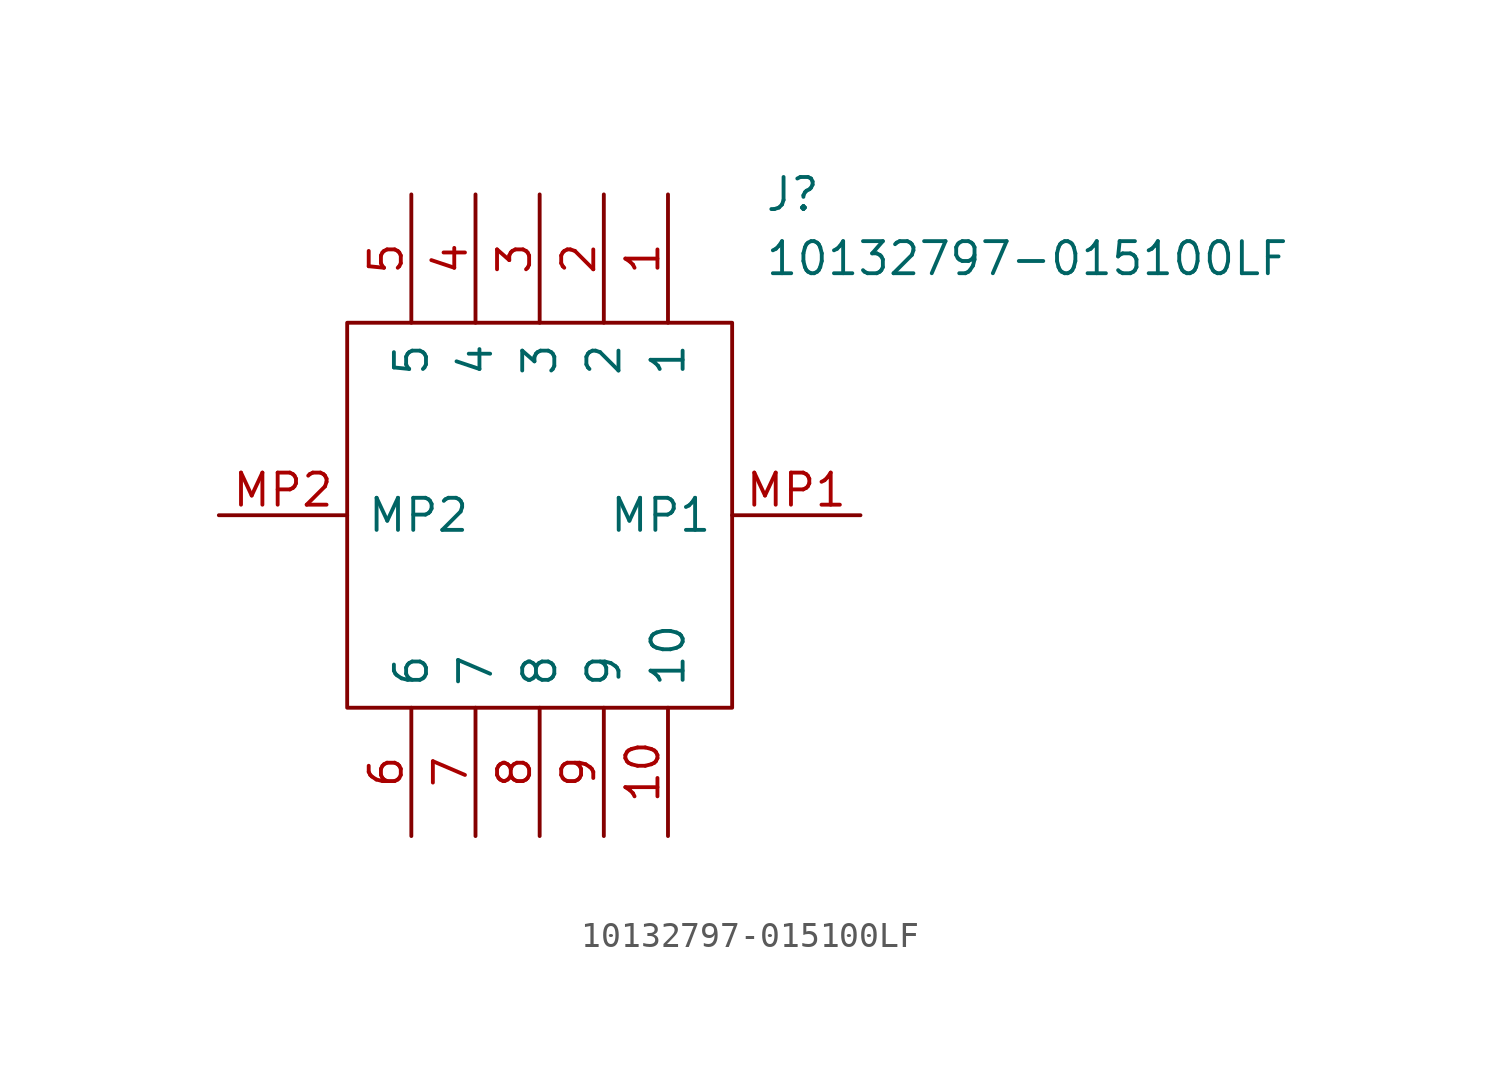
<source format=kicad_sym>
(kicad_symbol_lib
  (version 20211014)
  (generator kicad_symbol_editor)
  (symbol "10132797-015100LF"
    (pin_names
      (offset 0.762))
    (property "Reference" "J"
      (at 21.59 12.7 0)
      (effects (font (size 1.27 1.27)) (justify left)))
    (property "Value" "10132797-015100LF"
      (at 21.59 10.16 0)
      (effects (font (size 1.27 1.27)) (justify left)))
    (symbol "10132797-015100LF_0_0"
      (pin passive line (at 17.78 12.7 270) (length 5.08) (name "1" (effects (font (size 1.27 1.27)))) (number "1" (effects (font (size 1.27 1.27)))))
      (pin passive line (at 17.78 -12.7 90) (length 5.08) (name "10" (effects (font (size 1.27 1.27)))) (number "10" (effects (font (size 1.27 1.27)))))
      (pin passive line (at 15.24 12.7 270) (length 5.08) (name "2" (effects (font (size 1.27 1.27)))) (number "2" (effects (font (size 1.27 1.27)))))
      (pin passive line (at 12.7 12.7 270) (length 5.08) (name "3" (effects (font (size 1.27 1.27)))) (number "3" (effects (font (size 1.27 1.27)))))
      (pin passive line (at 10.16 12.7 270) (length 5.08) (name "4" (effects (font (size 1.27 1.27)))) (number "4" (effects (font (size 1.27 1.27)))))
      (pin passive line (at 7.62 12.7 270) (length 5.08) (name "5" (effects (font (size 1.27 1.27)))) (number "5" (effects (font (size 1.27 1.27)))))
      (pin passive line (at 7.62 -12.7 90) (length 5.08) (name "6" (effects (font (size 1.27 1.27)))) (number "6" (effects (font (size 1.27 1.27)))))
      (pin passive line (at 10.16 -12.7 90) (length 5.08) (name "7" (effects (font (size 1.27 1.27)))) (number "7" (effects (font (size 1.27 1.27)))))
      (pin passive line (at 12.7 -12.7 90) (length 5.08) (name "8" (effects (font (size 1.27 1.27)))) (number "8" (effects (font (size 1.27 1.27)))))
      (pin passive line (at 15.24 -12.7 90) (length 5.08) (name "9" (effects (font (size 1.27 1.27)))) (number "9" (effects (font (size 1.27 1.27)))))
      (pin passive line (at 25.4 0 180) (length 5.08) (name "MP1" (effects (font (size 1.27 1.27)))) (number "MP1" (effects (font (size 1.27 1.27)))))
      (pin passive line (at 0 0 0) (length 5.08) (name "MP2" (effects (font (size 1.27 1.27)))) (number "MP2" (effects (font (size 1.27 1.27))))))
    (symbol "10132797-015100LF_0_1"
      (polyline (pts (xy 5.08 7.62) (xy 20.32 7.62) (xy 20.32 -7.62) (xy 5.08 -7.62) (xy 5.08 7.62)) (stroke (width 0.152) (type default) (color 0 0 0 0)) (fill (type none))))))
</source>
